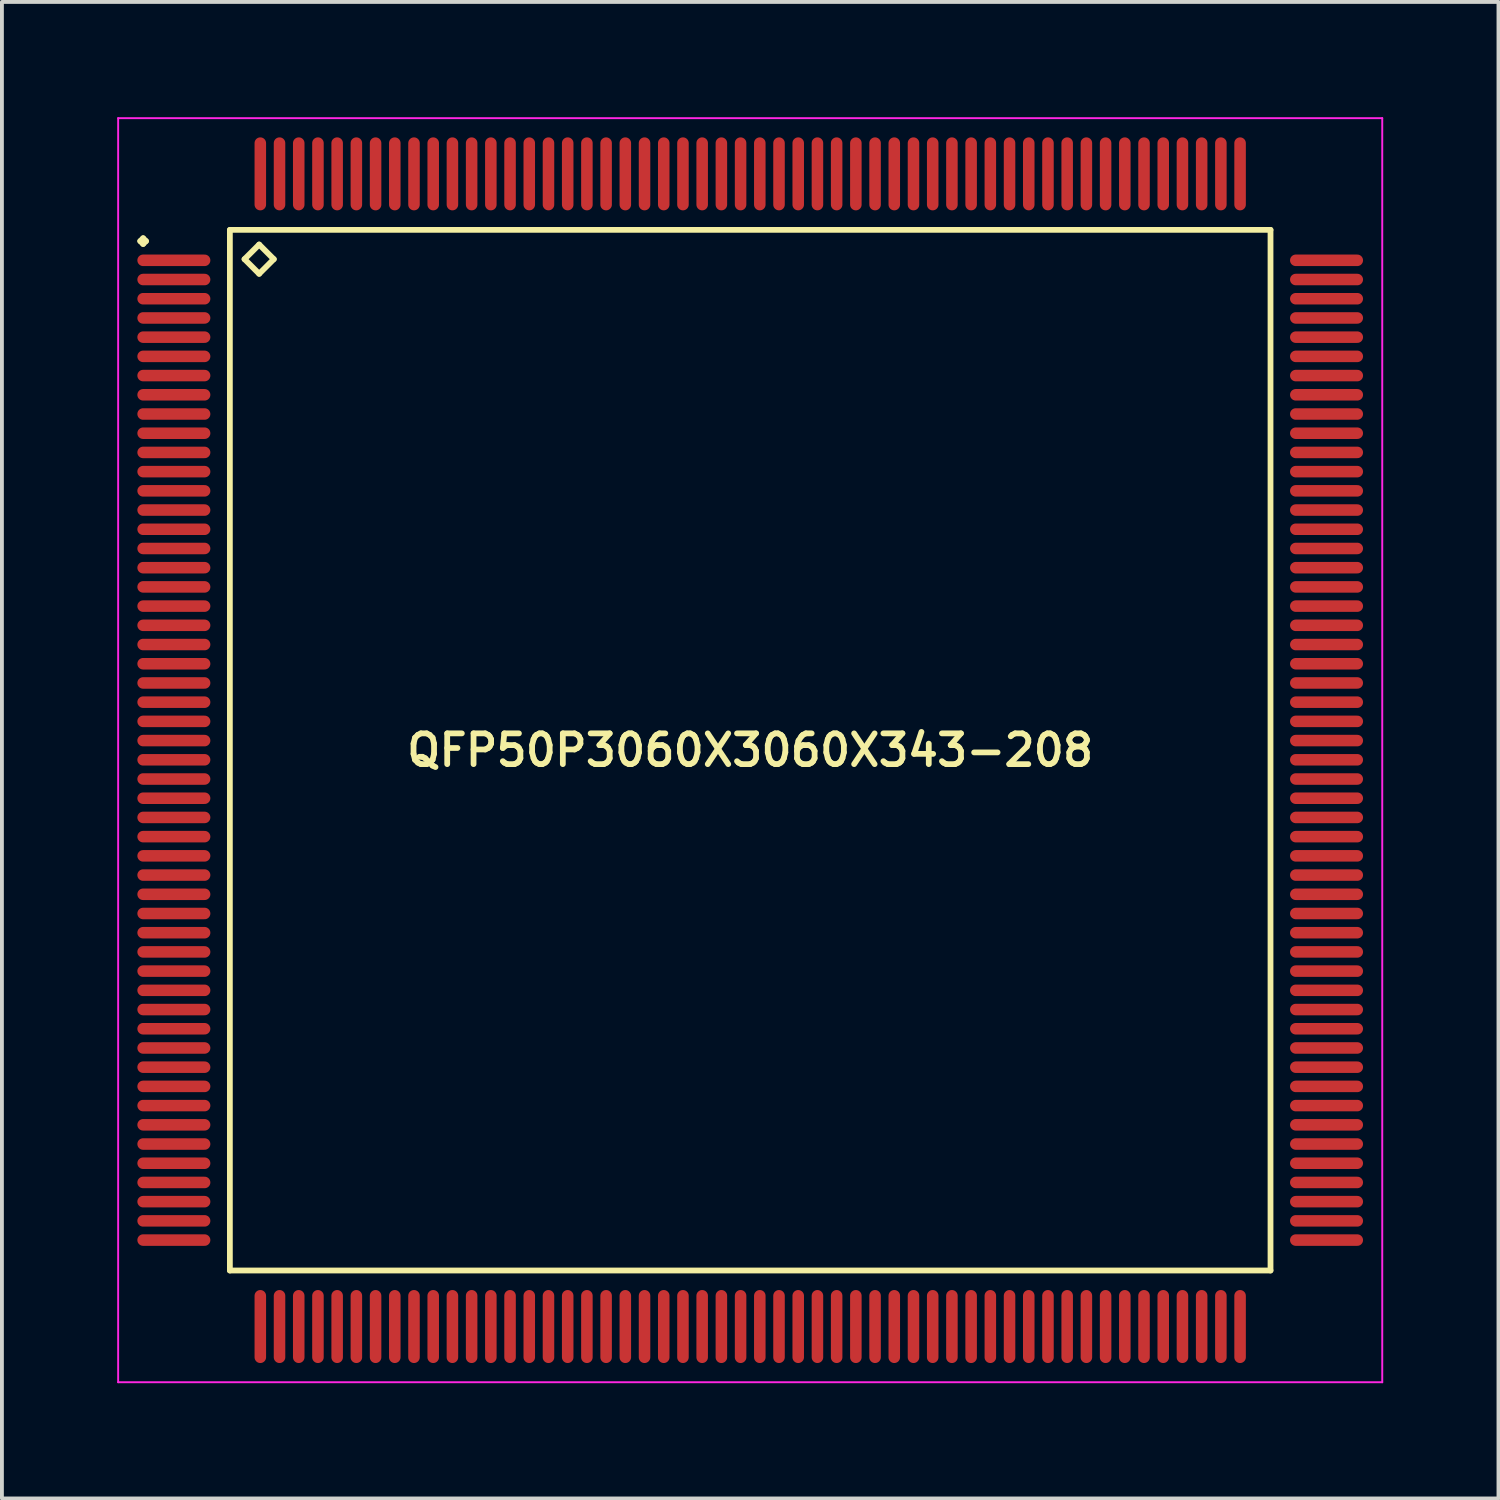
<source format=kicad_pcb>
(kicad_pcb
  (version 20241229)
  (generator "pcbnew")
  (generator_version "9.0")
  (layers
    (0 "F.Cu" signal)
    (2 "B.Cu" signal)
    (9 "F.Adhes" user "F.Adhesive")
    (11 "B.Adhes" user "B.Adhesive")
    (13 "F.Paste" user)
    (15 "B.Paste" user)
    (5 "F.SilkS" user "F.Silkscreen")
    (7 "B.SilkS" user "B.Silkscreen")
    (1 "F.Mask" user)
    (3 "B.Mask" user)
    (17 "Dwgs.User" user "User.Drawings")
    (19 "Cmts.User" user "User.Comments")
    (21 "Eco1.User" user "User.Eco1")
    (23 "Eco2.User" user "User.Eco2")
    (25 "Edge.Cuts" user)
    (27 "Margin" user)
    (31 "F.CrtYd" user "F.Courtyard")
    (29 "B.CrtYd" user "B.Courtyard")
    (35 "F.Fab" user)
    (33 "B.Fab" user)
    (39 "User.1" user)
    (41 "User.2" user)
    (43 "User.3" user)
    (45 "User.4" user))
  (footprint "QFP50P3060X3060X343-208"
    (layer "F.Cu")
    (at 16.475 16.475)
    (property "Reference" "QFP50P3060X3060X343-208" (at 0 0 0) (layer "F.SilkS") (effects (font (size 0.8 0.8) (thickness 0.15))))
    (attr smd)
    (fp_line (start -15.875 -13.25) (end -15.8 -13.325) (stroke (width 0.15) (type solid)) (layer "F.SilkS"))
    (fp_line (start -15.8 -13.325) (end -15.725 -13.25) (stroke (width 0.15) (type solid)) (layer "F.SilkS"))
    (fp_line (start -15.8 -13.175) (end -15.875 -13.25) (stroke (width 0.15) (type solid)) (layer "F.SilkS"))
    (fp_line (start -15.725 -13.25) (end -15.8 -13.175) (stroke (width 0.15) (type solid)) (layer "F.SilkS"))
    (fp_line (start -13.542 -13.542) (end -13.542 13.542) (stroke (width 0.15) (type solid)) (layer "F.SilkS"))
    (fp_line (start -13.542 13.542) (end 13.542 13.542) (stroke (width 0.15) (type solid)) (layer "F.SilkS"))
    (fp_line (start -13.161 -12.78) (end -12.78 -13.161) (stroke (width 0.15) (type solid)) (layer "F.SilkS"))
    (fp_line (start -12.78 -13.161) (end -12.399 -12.78) (stroke (width 0.15) (type solid)) (layer "F.SilkS"))
    (fp_line (start -12.78 -12.399) (end -13.161 -12.78) (stroke (width 0.15) (type solid)) (layer "F.SilkS"))
    (fp_line (start -12.399 -12.78) (end -12.78 -12.399) (stroke (width 0.15) (type solid)) (layer "F.SilkS"))
    (fp_line (start 13.542 -13.542) (end -13.542 -13.542) (stroke (width 0.15) (type solid)) (layer "F.SilkS"))
    (fp_line (start 13.542 13.542) (end 13.542 -13.542) (stroke (width 0.15) (type solid)) (layer "F.SilkS"))
    (fp_line (start -16.45 -16.45) (end 16.45 -16.45) (stroke (width 0.05) (type solid)) (layer "F.CrtYd"))
    (fp_line (start -16.45 16.45) (end -16.45 -16.45) (stroke (width 0.05) (type solid)) (layer "F.CrtYd"))
    (fp_line (start 16.45 -16.45) (end 16.45 16.45) (stroke (width 0.05) (type solid)) (layer "F.CrtYd"))
    (fp_line (start 16.45 16.45) (end -16.45 16.45) (stroke (width 0.05) (type solid)) (layer "F.CrtYd"))
    (pad "1" smd oval (at -15 -12.75) (size 1.9 0.3) (layers "F.Cu" "F.Mask" "F.Paste"))
    (pad "2" smd oval (at -15 -12.25) (size 1.9 0.3) (layers "F.Cu" "F.Mask" "F.Paste"))
    (pad "3" smd oval (at -15 -11.75) (size 1.9 0.3) (layers "F.Cu" "F.Mask" "F.Paste"))
    (pad "4" smd oval (at -15 -11.25) (size 1.9 0.3) (layers "F.Cu" "F.Mask" "F.Paste"))
    (pad "5" smd oval (at -15 -10.75) (size 1.9 0.3) (layers "F.Cu" "F.Mask" "F.Paste"))
    (pad "6" smd oval (at -15 -10.25) (size 1.9 0.3) (layers "F.Cu" "F.Mask" "F.Paste"))
    (pad "7" smd oval (at -15 -9.75) (size 1.9 0.3) (layers "F.Cu" "F.Mask" "F.Paste"))
    (pad "8" smd oval (at -15 -9.25) (size 1.9 0.3) (layers "F.Cu" "F.Mask" "F.Paste"))
    (pad "9" smd oval (at -15 -8.75) (size 1.9 0.3) (layers "F.Cu" "F.Mask" "F.Paste"))
    (pad "10" smd oval (at -15 -8.25) (size 1.9 0.3) (layers "F.Cu" "F.Mask" "F.Paste"))
    (pad "11" smd oval (at -15 -7.75) (size 1.9 0.3) (layers "F.Cu" "F.Mask" "F.Paste"))
    (pad "12" smd oval (at -15 -7.25) (size 1.9 0.3) (layers "F.Cu" "F.Mask" "F.Paste"))
    (pad "13" smd oval (at -15 -6.75) (size 1.9 0.3) (layers "F.Cu" "F.Mask" "F.Paste"))
    (pad "14" smd oval (at -15 -6.25) (size 1.9 0.3) (layers "F.Cu" "F.Mask" "F.Paste"))
    (pad "15" smd oval (at -15 -5.75) (size 1.9 0.3) (layers "F.Cu" "F.Mask" "F.Paste"))
    (pad "16" smd oval (at -15 -5.25) (size 1.9 0.3) (layers "F.Cu" "F.Mask" "F.Paste"))
    (pad "17" smd oval (at -15 -4.75) (size 1.9 0.3) (layers "F.Cu" "F.Mask" "F.Paste"))
    (pad "18" smd oval (at -15 -4.25) (size 1.9 0.3) (layers "F.Cu" "F.Mask" "F.Paste"))
    (pad "19" smd oval (at -15 -3.75) (size 1.9 0.3) (layers "F.Cu" "F.Mask" "F.Paste"))
    (pad "20" smd oval (at -15 -3.25) (size 1.9 0.3) (layers "F.Cu" "F.Mask" "F.Paste"))
    (pad "21" smd oval (at -15 -2.75) (size 1.9 0.3) (layers "F.Cu" "F.Mask" "F.Paste"))
    (pad "22" smd oval (at -15 -2.25) (size 1.9 0.3) (layers "F.Cu" "F.Mask" "F.Paste"))
    (pad "23" smd oval (at -15 -1.75) (size 1.9 0.3) (layers "F.Cu" "F.Mask" "F.Paste"))
    (pad "24" smd oval (at -15 -1.25) (size 1.9 0.3) (layers "F.Cu" "F.Mask" "F.Paste"))
    (pad "25" smd oval (at -15 -0.75) (size 1.9 0.3) (layers "F.Cu" "F.Mask" "F.Paste"))
    (pad "26" smd oval (at -15 -0.25) (size 1.9 0.3) (layers "F.Cu" "F.Mask" "F.Paste"))
    (pad "27" smd oval (at -15 0.25) (size 1.9 0.3) (layers "F.Cu" "F.Mask" "F.Paste"))
    (pad "28" smd oval (at -15 0.75) (size 1.9 0.3) (layers "F.Cu" "F.Mask" "F.Paste"))
    (pad "29" smd oval (at -15 1.25) (size 1.9 0.3) (layers "F.Cu" "F.Mask" "F.Paste"))
    (pad "30" smd oval (at -15 1.75) (size 1.9 0.3) (layers "F.Cu" "F.Mask" "F.Paste"))
    (pad "31" smd oval (at -15 2.25) (size 1.9 0.3) (layers "F.Cu" "F.Mask" "F.Paste"))
    (pad "32" smd oval (at -15 2.75) (size 1.9 0.3) (layers "F.Cu" "F.Mask" "F.Paste"))
    (pad "33" smd oval (at -15 3.25) (size 1.9 0.3) (layers "F.Cu" "F.Mask" "F.Paste"))
    (pad "34" smd oval (at -15 3.75) (size 1.9 0.3) (layers "F.Cu" "F.Mask" "F.Paste"))
    (pad "35" smd oval (at -15 4.25) (size 1.9 0.3) (layers "F.Cu" "F.Mask" "F.Paste"))
    (pad "36" smd oval (at -15 4.75) (size 1.9 0.3) (layers "F.Cu" "F.Mask" "F.Paste"))
    (pad "37" smd oval (at -15 5.25) (size 1.9 0.3) (layers "F.Cu" "F.Mask" "F.Paste"))
    (pad "38" smd oval (at -15 5.75) (size 1.9 0.3) (layers "F.Cu" "F.Mask" "F.Paste"))
    (pad "39" smd oval (at -15 6.25) (size 1.9 0.3) (layers "F.Cu" "F.Mask" "F.Paste"))
    (pad "40" smd oval (at -15 6.75) (size 1.9 0.3) (layers "F.Cu" "F.Mask" "F.Paste"))
    (pad "41" smd oval (at -15 7.25) (size 1.9 0.3) (layers "F.Cu" "F.Mask" "F.Paste"))
    (pad "42" smd oval (at -15 7.75) (size 1.9 0.3) (layers "F.Cu" "F.Mask" "F.Paste"))
    (pad "43" smd oval (at -15 8.25) (size 1.9 0.3) (layers "F.Cu" "F.Mask" "F.Paste"))
    (pad "44" smd oval (at -15 8.75) (size 1.9 0.3) (layers "F.Cu" "F.Mask" "F.Paste"))
    (pad "45" smd oval (at -15 9.25) (size 1.9 0.3) (layers "F.Cu" "F.Mask" "F.Paste"))
    (pad "46" smd oval (at -15 9.75) (size 1.9 0.3) (layers "F.Cu" "F.Mask" "F.Paste"))
    (pad "47" smd oval (at -15 10.25) (size 1.9 0.3) (layers "F.Cu" "F.Mask" "F.Paste"))
    (pad "48" smd oval (at -15 10.75) (size 1.9 0.3) (layers "F.Cu" "F.Mask" "F.Paste"))
    (pad "49" smd oval (at -15 11.25) (size 1.9 0.3) (layers "F.Cu" "F.Mask" "F.Paste"))
    (pad "50" smd oval (at -15 11.75) (size 1.9 0.3) (layers "F.Cu" "F.Mask" "F.Paste"))
    (pad "51" smd oval (at -15 12.25) (size 1.9 0.3) (layers "F.Cu" "F.Mask" "F.Paste"))
    (pad "52" smd oval (at -15 12.75) (size 1.9 0.3) (layers "F.Cu" "F.Mask" "F.Paste"))
    (pad "53" smd oval (at -12.75 15) (size 0.3 1.9) (layers "F.Cu" "F.Mask" "F.Paste"))
    (pad "54" smd oval (at -12.25 15) (size 0.3 1.9) (layers "F.Cu" "F.Mask" "F.Paste"))
    (pad "55" smd oval (at -11.75 15) (size 0.3 1.9) (layers "F.Cu" "F.Mask" "F.Paste"))
    (pad "56" smd oval (at -11.25 15) (size 0.3 1.9) (layers "F.Cu" "F.Mask" "F.Paste"))
    (pad "57" smd oval (at -10.75 15) (size 0.3 1.9) (layers "F.Cu" "F.Mask" "F.Paste"))
    (pad "58" smd oval (at -10.25 15) (size 0.3 1.9) (layers "F.Cu" "F.Mask" "F.Paste"))
    (pad "59" smd oval (at -9.75 15) (size 0.3 1.9) (layers "F.Cu" "F.Mask" "F.Paste"))
    (pad "60" smd oval (at -9.25 15) (size 0.3 1.9) (layers "F.Cu" "F.Mask" "F.Paste"))
    (pad "61" smd oval (at -8.75 15) (size 0.3 1.9) (layers "F.Cu" "F.Mask" "F.Paste"))
    (pad "62" smd oval (at -8.25 15) (size 0.3 1.9) (layers "F.Cu" "F.Mask" "F.Paste"))
    (pad "63" smd oval (at -7.75 15) (size 0.3 1.9) (layers "F.Cu" "F.Mask" "F.Paste"))
    (pad "64" smd oval (at -7.25 15) (size 0.3 1.9) (layers "F.Cu" "F.Mask" "F.Paste"))
    (pad "65" smd oval (at -6.75 15) (size 0.3 1.9) (layers "F.Cu" "F.Mask" "F.Paste"))
    (pad "66" smd oval (at -6.25 15) (size 0.3 1.9) (layers "F.Cu" "F.Mask" "F.Paste"))
    (pad "67" smd oval (at -5.75 15) (size 0.3 1.9) (layers "F.Cu" "F.Mask" "F.Paste"))
    (pad "68" smd oval (at -5.25 15) (size 0.3 1.9) (layers "F.Cu" "F.Mask" "F.Paste"))
    (pad "69" smd oval (at -4.75 15) (size 0.3 1.9) (layers "F.Cu" "F.Mask" "F.Paste"))
    (pad "70" smd oval (at -4.25 15) (size 0.3 1.9) (layers "F.Cu" "F.Mask" "F.Paste"))
    (pad "71" smd oval (at -3.75 15) (size 0.3 1.9) (layers "F.Cu" "F.Mask" "F.Paste"))
    (pad "72" smd oval (at -3.25 15) (size 0.3 1.9) (layers "F.Cu" "F.Mask" "F.Paste"))
    (pad "73" smd oval (at -2.75 15) (size 0.3 1.9) (layers "F.Cu" "F.Mask" "F.Paste"))
    (pad "74" smd oval (at -2.25 15) (size 0.3 1.9) (layers "F.Cu" "F.Mask" "F.Paste"))
    (pad "75" smd oval (at -1.75 15) (size 0.3 1.9) (layers "F.Cu" "F.Mask" "F.Paste"))
    (pad "76" smd oval (at -1.25 15) (size 0.3 1.9) (layers "F.Cu" "F.Mask" "F.Paste"))
    (pad "77" smd oval (at -0.75 15) (size 0.3 1.9) (layers "F.Cu" "F.Mask" "F.Paste"))
    (pad "78" smd oval (at -0.25 15) (size 0.3 1.9) (layers "F.Cu" "F.Mask" "F.Paste"))
    (pad "79" smd oval (at 0.25 15) (size 0.3 1.9) (layers "F.Cu" "F.Mask" "F.Paste"))
    (pad "80" smd oval (at 0.75 15) (size 0.3 1.9) (layers "F.Cu" "F.Mask" "F.Paste"))
    (pad "81" smd oval (at 1.25 15) (size 0.3 1.9) (layers "F.Cu" "F.Mask" "F.Paste"))
    (pad "82" smd oval (at 1.75 15) (size 0.3 1.9) (layers "F.Cu" "F.Mask" "F.Paste"))
    (pad "83" smd oval (at 2.25 15) (size 0.3 1.9) (layers "F.Cu" "F.Mask" "F.Paste"))
    (pad "84" smd oval (at 2.75 15) (size 0.3 1.9) (layers "F.Cu" "F.Mask" "F.Paste"))
    (pad "85" smd oval (at 3.25 15) (size 0.3 1.9) (layers "F.Cu" "F.Mask" "F.Paste"))
    (pad "86" smd oval (at 3.75 15) (size 0.3 1.9) (layers "F.Cu" "F.Mask" "F.Paste"))
    (pad "87" smd oval (at 4.25 15) (size 0.3 1.9) (layers "F.Cu" "F.Mask" "F.Paste"))
    (pad "88" smd oval (at 4.75 15) (size 0.3 1.9) (layers "F.Cu" "F.Mask" "F.Paste"))
    (pad "89" smd oval (at 5.25 15) (size 0.3 1.9) (layers "F.Cu" "F.Mask" "F.Paste"))
    (pad "90" smd oval (at 5.75 15) (size 0.3 1.9) (layers "F.Cu" "F.Mask" "F.Paste"))
    (pad "91" smd oval (at 6.25 15) (size 0.3 1.9) (layers "F.Cu" "F.Mask" "F.Paste"))
    (pad "92" smd oval (at 6.75 15) (size 0.3 1.9) (layers "F.Cu" "F.Mask" "F.Paste"))
    (pad "93" smd oval (at 7.25 15) (size 0.3 1.9) (layers "F.Cu" "F.Mask" "F.Paste"))
    (pad "94" smd oval (at 7.75 15) (size 0.3 1.9) (layers "F.Cu" "F.Mask" "F.Paste"))
    (pad "95" smd oval (at 8.25 15) (size 0.3 1.9) (layers "F.Cu" "F.Mask" "F.Paste"))
    (pad "96" smd oval (at 8.75 15) (size 0.3 1.9) (layers "F.Cu" "F.Mask" "F.Paste"))
    (pad "97" smd oval (at 9.25 15) (size 0.3 1.9) (layers "F.Cu" "F.Mask" "F.Paste"))
    (pad "98" smd oval (at 9.75 15) (size 0.3 1.9) (layers "F.Cu" "F.Mask" "F.Paste"))
    (pad "99" smd oval (at 10.25 15) (size 0.3 1.9) (layers "F.Cu" "F.Mask" "F.Paste"))
    (pad "100" smd oval (at 10.75 15) (size 0.3 1.9) (layers "F.Cu" "F.Mask" "F.Paste"))
    (pad "101" smd oval (at 11.25 15) (size 0.3 1.9) (layers "F.Cu" "F.Mask" "F.Paste"))
    (pad "102" smd oval (at 11.75 15) (size 0.3 1.9) (layers "F.Cu" "F.Mask" "F.Paste"))
    (pad "103" smd oval (at 12.25 15) (size 0.3 1.9) (layers "F.Cu" "F.Mask" "F.Paste"))
    (pad "104" smd oval (at 12.75 15) (size 0.3 1.9) (layers "F.Cu" "F.Mask" "F.Paste"))
    (pad "105" smd oval (at 15 12.75) (size 1.9 0.3) (layers "F.Cu" "F.Mask" "F.Paste"))
    (pad "106" smd oval (at 15 12.25) (size 1.9 0.3) (layers "F.Cu" "F.Mask" "F.Paste"))
    (pad "107" smd oval (at 15 11.75) (size 1.9 0.3) (layers "F.Cu" "F.Mask" "F.Paste"))
    (pad "108" smd oval (at 15 11.25) (size 1.9 0.3) (layers "F.Cu" "F.Mask" "F.Paste"))
    (pad "109" smd oval (at 15 10.75) (size 1.9 0.3) (layers "F.Cu" "F.Mask" "F.Paste"))
    (pad "110" smd oval (at 15 10.25) (size 1.9 0.3) (layers "F.Cu" "F.Mask" "F.Paste"))
    (pad "111" smd oval (at 15 9.75) (size 1.9 0.3) (layers "F.Cu" "F.Mask" "F.Paste"))
    (pad "112" smd oval (at 15 9.25) (size 1.9 0.3) (layers "F.Cu" "F.Mask" "F.Paste"))
    (pad "113" smd oval (at 15 8.75) (size 1.9 0.3) (layers "F.Cu" "F.Mask" "F.Paste"))
    (pad "114" smd oval (at 15 8.25) (size 1.9 0.3) (layers "F.Cu" "F.Mask" "F.Paste"))
    (pad "115" smd oval (at 15 7.75) (size 1.9 0.3) (layers "F.Cu" "F.Mask" "F.Paste"))
    (pad "116" smd oval (at 15 7.25) (size 1.9 0.3) (layers "F.Cu" "F.Mask" "F.Paste"))
    (pad "117" smd oval (at 15 6.75) (size 1.9 0.3) (layers "F.Cu" "F.Mask" "F.Paste"))
    (pad "118" smd oval (at 15 6.25) (size 1.9 0.3) (layers "F.Cu" "F.Mask" "F.Paste"))
    (pad "119" smd oval (at 15 5.75) (size 1.9 0.3) (layers "F.Cu" "F.Mask" "F.Paste"))
    (pad "120" smd oval (at 15 5.25) (size 1.9 0.3) (layers "F.Cu" "F.Mask" "F.Paste"))
    (pad "121" smd oval (at 15 4.75) (size 1.9 0.3) (layers "F.Cu" "F.Mask" "F.Paste"))
    (pad "122" smd oval (at 15 4.25) (size 1.9 0.3) (layers "F.Cu" "F.Mask" "F.Paste"))
    (pad "123" smd oval (at 15 3.75) (size 1.9 0.3) (layers "F.Cu" "F.Mask" "F.Paste"))
    (pad "124" smd oval (at 15 3.25) (size 1.9 0.3) (layers "F.Cu" "F.Mask" "F.Paste"))
    (pad "125" smd oval (at 15 2.75) (size 1.9 0.3) (layers "F.Cu" "F.Mask" "F.Paste"))
    (pad "126" smd oval (at 15 2.25) (size 1.9 0.3) (layers "F.Cu" "F.Mask" "F.Paste"))
    (pad "127" smd oval (at 15 1.75) (size 1.9 0.3) (layers "F.Cu" "F.Mask" "F.Paste"))
    (pad "128" smd oval (at 15 1.25) (size 1.9 0.3) (layers "F.Cu" "F.Mask" "F.Paste"))
    (pad "129" smd oval (at 15 0.75) (size 1.9 0.3) (layers "F.Cu" "F.Mask" "F.Paste"))
    (pad "130" smd oval (at 15 0.25) (size 1.9 0.3) (layers "F.Cu" "F.Mask" "F.Paste"))
    (pad "131" smd oval (at 15 -0.25) (size 1.9 0.3) (layers "F.Cu" "F.Mask" "F.Paste"))
    (pad "132" smd oval (at 15 -0.75) (size 1.9 0.3) (layers "F.Cu" "F.Mask" "F.Paste"))
    (pad "133" smd oval (at 15 -1.25) (size 1.9 0.3) (layers "F.Cu" "F.Mask" "F.Paste"))
    (pad "134" smd oval (at 15 -1.75) (size 1.9 0.3) (layers "F.Cu" "F.Mask" "F.Paste"))
    (pad "135" smd oval (at 15 -2.25) (size 1.9 0.3) (layers "F.Cu" "F.Mask" "F.Paste"))
    (pad "136" smd oval (at 15 -2.75) (size 1.9 0.3) (layers "F.Cu" "F.Mask" "F.Paste"))
    (pad "137" smd oval (at 15 -3.25) (size 1.9 0.3) (layers "F.Cu" "F.Mask" "F.Paste"))
    (pad "138" smd oval (at 15 -3.75) (size 1.9 0.3) (layers "F.Cu" "F.Mask" "F.Paste"))
    (pad "139" smd oval (at 15 -4.25) (size 1.9 0.3) (layers "F.Cu" "F.Mask" "F.Paste"))
    (pad "140" smd oval (at 15 -4.75) (size 1.9 0.3) (layers "F.Cu" "F.Mask" "F.Paste"))
    (pad "141" smd oval (at 15 -5.25) (size 1.9 0.3) (layers "F.Cu" "F.Mask" "F.Paste"))
    (pad "142" smd oval (at 15 -5.75) (size 1.9 0.3) (layers "F.Cu" "F.Mask" "F.Paste"))
    (pad "143" smd oval (at 15 -6.25) (size 1.9 0.3) (layers "F.Cu" "F.Mask" "F.Paste"))
    (pad "144" smd oval (at 15 -6.75) (size 1.9 0.3) (layers "F.Cu" "F.Mask" "F.Paste"))
    (pad "145" smd oval (at 15 -7.25) (size 1.9 0.3) (layers "F.Cu" "F.Mask" "F.Paste"))
    (pad "146" smd oval (at 15 -7.75) (size 1.9 0.3) (layers "F.Cu" "F.Mask" "F.Paste"))
    (pad "147" smd oval (at 15 -8.25) (size 1.9 0.3) (layers "F.Cu" "F.Mask" "F.Paste"))
    (pad "148" smd oval (at 15 -8.75) (size 1.9 0.3) (layers "F.Cu" "F.Mask" "F.Paste"))
    (pad "149" smd oval (at 15 -9.25) (size 1.9 0.3) (layers "F.Cu" "F.Mask" "F.Paste"))
    (pad "150" smd oval (at 15 -9.75) (size 1.9 0.3) (layers "F.Cu" "F.Mask" "F.Paste"))
    (pad "151" smd oval (at 15 -10.25) (size 1.9 0.3) (layers "F.Cu" "F.Mask" "F.Paste"))
    (pad "152" smd oval (at 15 -10.75) (size 1.9 0.3) (layers "F.Cu" "F.Mask" "F.Paste"))
    (pad "153" smd oval (at 15 -11.25) (size 1.9 0.3) (layers "F.Cu" "F.Mask" "F.Paste"))
    (pad "154" smd oval (at 15 -11.75) (size 1.9 0.3) (layers "F.Cu" "F.Mask" "F.Paste"))
    (pad "155" smd oval (at 15 -12.25) (size 1.9 0.3) (layers "F.Cu" "F.Mask" "F.Paste"))
    (pad "156" smd oval (at 15 -12.75) (size 1.9 0.3) (layers "F.Cu" "F.Mask" "F.Paste"))
    (pad "157" smd oval (at 12.75 -15) (size 0.3 1.9) (layers "F.Cu" "F.Mask" "F.Paste"))
    (pad "158" smd oval (at 12.25 -15) (size 0.3 1.9) (layers "F.Cu" "F.Mask" "F.Paste"))
    (pad "159" smd oval (at 11.75 -15) (size 0.3 1.9) (layers "F.Cu" "F.Mask" "F.Paste"))
    (pad "160" smd oval (at 11.25 -15) (size 0.3 1.9) (layers "F.Cu" "F.Mask" "F.Paste"))
    (pad "161" smd oval (at 10.75 -15) (size 0.3 1.9) (layers "F.Cu" "F.Mask" "F.Paste"))
    (pad "162" smd oval (at 10.25 -15) (size 0.3 1.9) (layers "F.Cu" "F.Mask" "F.Paste"))
    (pad "163" smd oval (at 9.75 -15) (size 0.3 1.9) (layers "F.Cu" "F.Mask" "F.Paste"))
    (pad "164" smd oval (at 9.25 -15) (size 0.3 1.9) (layers "F.Cu" "F.Mask" "F.Paste"))
    (pad "165" smd oval (at 8.75 -15) (size 0.3 1.9) (layers "F.Cu" "F.Mask" "F.Paste"))
    (pad "166" smd oval (at 8.25 -15) (size 0.3 1.9) (layers "F.Cu" "F.Mask" "F.Paste"))
    (pad "167" smd oval (at 7.75 -15) (size 0.3 1.9) (layers "F.Cu" "F.Mask" "F.Paste"))
    (pad "168" smd oval (at 7.25 -15) (size 0.3 1.9) (layers "F.Cu" "F.Mask" "F.Paste"))
    (pad "169" smd oval (at 6.75 -15) (size 0.3 1.9) (layers "F.Cu" "F.Mask" "F.Paste"))
    (pad "170" smd oval (at 6.25 -15) (size 0.3 1.9) (layers "F.Cu" "F.Mask" "F.Paste"))
    (pad "171" smd oval (at 5.75 -15) (size 0.3 1.9) (layers "F.Cu" "F.Mask" "F.Paste"))
    (pad "172" smd oval (at 5.25 -15) (size 0.3 1.9) (layers "F.Cu" "F.Mask" "F.Paste"))
    (pad "173" smd oval (at 4.75 -15) (size 0.3 1.9) (layers "F.Cu" "F.Mask" "F.Paste"))
    (pad "174" smd oval (at 4.25 -15) (size 0.3 1.9) (layers "F.Cu" "F.Mask" "F.Paste"))
    (pad "175" smd oval (at 3.75 -15) (size 0.3 1.9) (layers "F.Cu" "F.Mask" "F.Paste"))
    (pad "176" smd oval (at 3.25 -15) (size 0.3 1.9) (layers "F.Cu" "F.Mask" "F.Paste"))
    (pad "177" smd oval (at 2.75 -15) (size 0.3 1.9) (layers "F.Cu" "F.Mask" "F.Paste"))
    (pad "178" smd oval (at 2.25 -15) (size 0.3 1.9) (layers "F.Cu" "F.Mask" "F.Paste"))
    (pad "179" smd oval (at 1.75 -15) (size 0.3 1.9) (layers "F.Cu" "F.Mask" "F.Paste"))
    (pad "180" smd oval (at 1.25 -15) (size 0.3 1.9) (layers "F.Cu" "F.Mask" "F.Paste"))
    (pad "181" smd oval (at 0.75 -15) (size 0.3 1.9) (layers "F.Cu" "F.Mask" "F.Paste"))
    (pad "182" smd oval (at 0.25 -15) (size 0.3 1.9) (layers "F.Cu" "F.Mask" "F.Paste"))
    (pad "183" smd oval (at -0.25 -15) (size 0.3 1.9) (layers "F.Cu" "F.Mask" "F.Paste"))
    (pad "184" smd oval (at -0.75 -15) (size 0.3 1.9) (layers "F.Cu" "F.Mask" "F.Paste"))
    (pad "185" smd oval (at -1.25 -15) (size 0.3 1.9) (layers "F.Cu" "F.Mask" "F.Paste"))
    (pad "186" smd oval (at -1.75 -15) (size 0.3 1.9) (layers "F.Cu" "F.Mask" "F.Paste"))
    (pad "187" smd oval (at -2.25 -15) (size 0.3 1.9) (layers "F.Cu" "F.Mask" "F.Paste"))
    (pad "188" smd oval (at -2.75 -15) (size 0.3 1.9) (layers "F.Cu" "F.Mask" "F.Paste"))
    (pad "189" smd oval (at -3.25 -15) (size 0.3 1.9) (layers "F.Cu" "F.Mask" "F.Paste"))
    (pad "190" smd oval (at -3.75 -15) (size 0.3 1.9) (layers "F.Cu" "F.Mask" "F.Paste"))
    (pad "191" smd oval (at -4.25 -15) (size 0.3 1.9) (layers "F.Cu" "F.Mask" "F.Paste"))
    (pad "192" smd oval (at -4.75 -15) (size 0.3 1.9) (layers "F.Cu" "F.Mask" "F.Paste"))
    (pad "193" smd oval (at -5.25 -15) (size 0.3 1.9) (layers "F.Cu" "F.Mask" "F.Paste"))
    (pad "194" smd oval (at -5.75 -15) (size 0.3 1.9) (layers "F.Cu" "F.Mask" "F.Paste"))
    (pad "195" smd oval (at -6.25 -15) (size 0.3 1.9) (layers "F.Cu" "F.Mask" "F.Paste"))
    (pad "196" smd oval (at -6.75 -15) (size 0.3 1.9) (layers "F.Cu" "F.Mask" "F.Paste"))
    (pad "197" smd oval (at -7.25 -15) (size 0.3 1.9) (layers "F.Cu" "F.Mask" "F.Paste"))
    (pad "198" smd oval (at -7.75 -15) (size 0.3 1.9) (layers "F.Cu" "F.Mask" "F.Paste"))
    (pad "199" smd oval (at -8.25 -15) (size 0.3 1.9) (layers "F.Cu" "F.Mask" "F.Paste"))
    (pad "200" smd oval (at -8.75 -15) (size 0.3 1.9) (layers "F.Cu" "F.Mask" "F.Paste"))
    (pad "201" smd oval (at -9.25 -15) (size 0.3 1.9) (layers "F.Cu" "F.Mask" "F.Paste"))
    (pad "202" smd oval (at -9.75 -15) (size 0.3 1.9) (layers "F.Cu" "F.Mask" "F.Paste"))
    (pad "203" smd oval (at -10.25 -15) (size 0.3 1.9) (layers "F.Cu" "F.Mask" "F.Paste"))
    (pad "204" smd oval (at -10.75 -15) (size 0.3 1.9) (layers "F.Cu" "F.Mask" "F.Paste"))
    (pad "205" smd oval (at -11.25 -15) (size 0.3 1.9) (layers "F.Cu" "F.Mask" "F.Paste"))
    (pad "206" smd oval (at -11.75 -15) (size 0.3 1.9) (layers "F.Cu" "F.Mask" "F.Paste"))
    (pad "207" smd oval (at -12.25 -15) (size 0.3 1.9) (layers "F.Cu" "F.Mask" "F.Paste"))
    (pad "208" smd oval (at -12.75 -15) (size 0.3 1.9) (layers "F.Cu" "F.Mask" "F.Paste")))
  (gr_rect
    (start -3 -3)
    (end 35.95 35.95)
    (stroke (width 0.1) (type default))
    (fill no)
    (layer "Edge.Cuts")))
</source>
